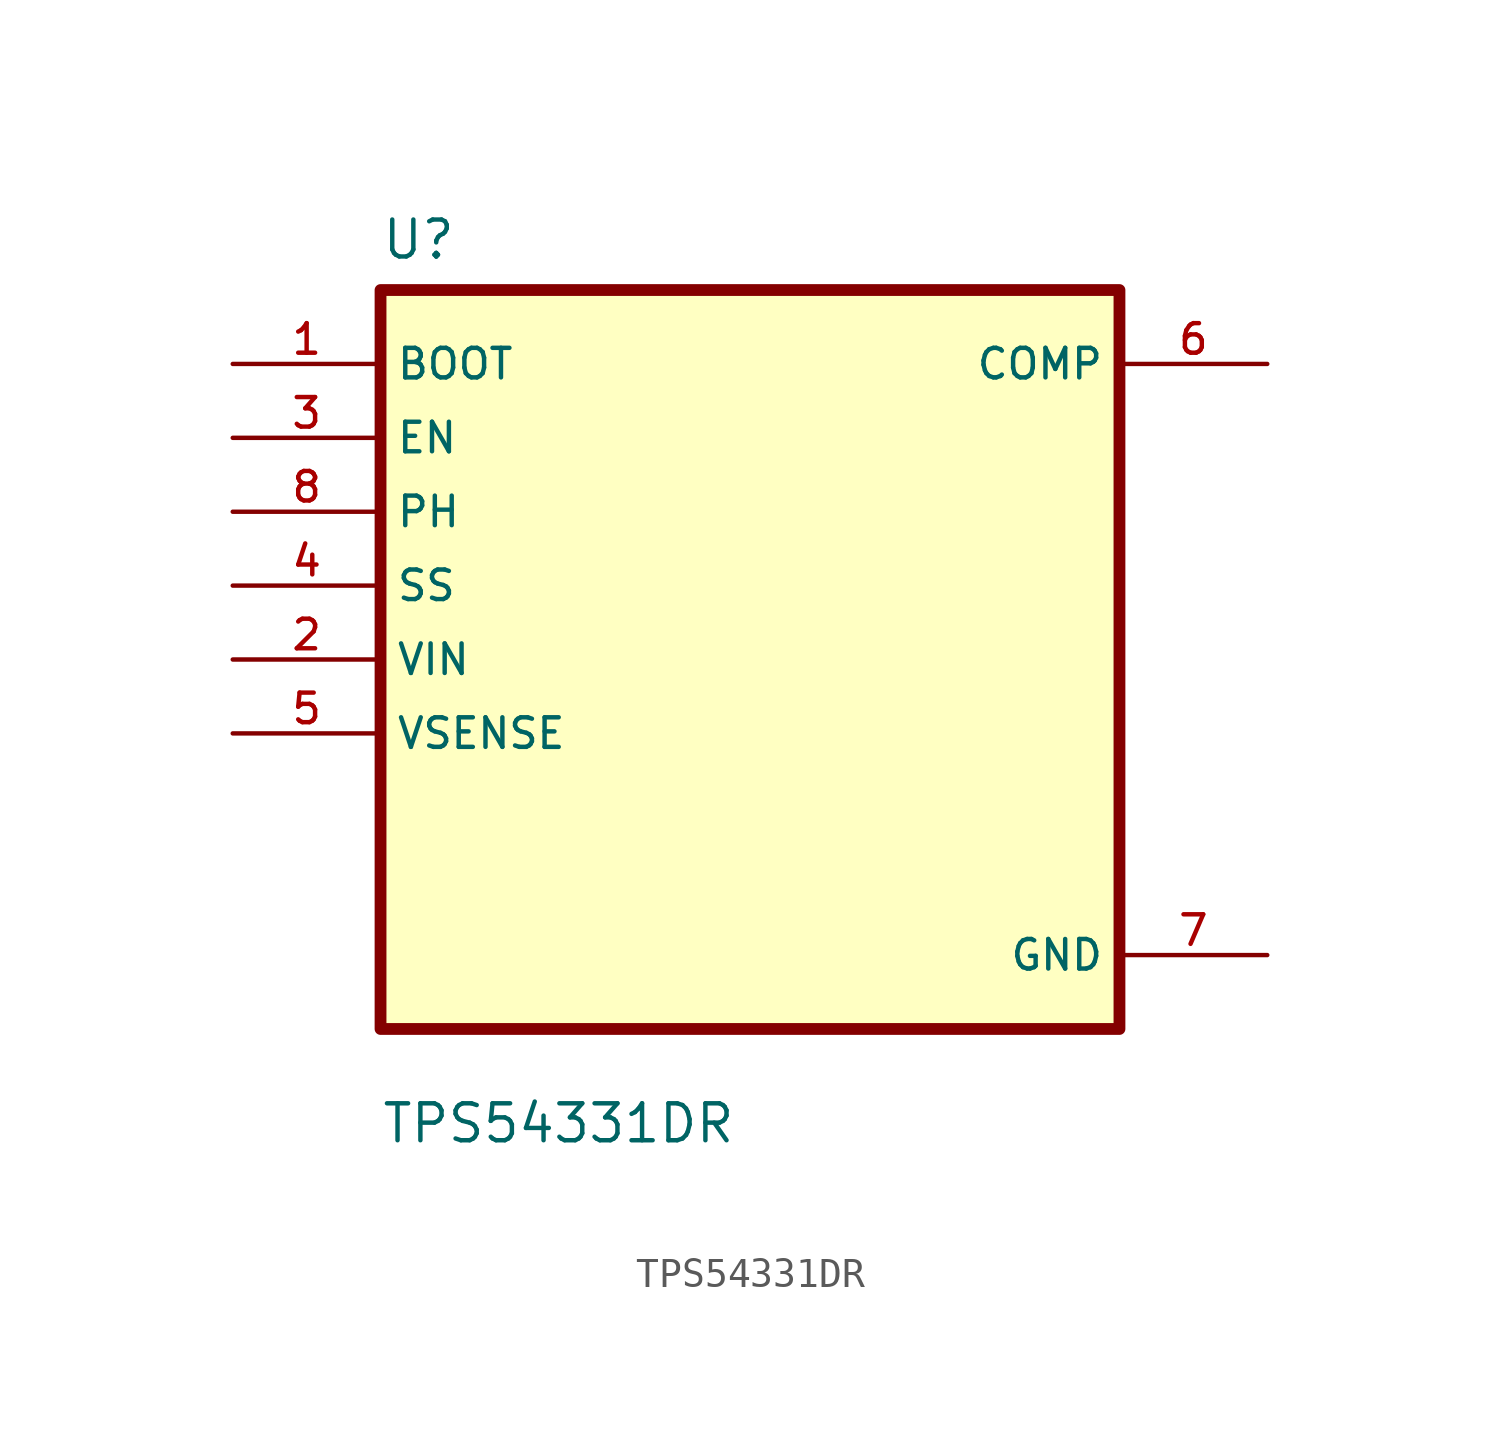
<source format=kicad_sym>
(kicad_symbol_lib
  (version 20231120)
  (symbol "TPS54331DR"
    (property "Reference" "U"
      (at -12.7 13.691 0)
      (effects (font (size 1.27 1.27)) (justify left bottom)))
    (property "Value" "TPS54331DR"
      (at -12.7 -16.688 0)
      (effects (font (size 1.27 1.27)) (justify left bottom)))
    (property "ki_locked" ""
      (at 0 0 0)
      (effects (font (size 1.27 1.27))))
    (symbol "TPS54331DR_0_0"
      (rectangle (start -12.7 -12.7) (end 12.7 12.7) (stroke (width 0.406) (type solid)) (fill (type background)))
      (pin input line (at -17.78 10.16 0) (length 5.08) (name "BOOT" (effects (font (size 1.016 1.016)))) (number "1" (effects (font (size 1.016 1.016)))))
      (pin input line (at -17.78 0 0) (length 5.08) (name "VIN" (effects (font (size 1.016 1.016)))) (number "2" (effects (font (size 1.016 1.016)))))
      (pin input line (at -17.78 7.62 0) (length 5.08) (name "EN" (effects (font (size 1.016 1.016)))) (number "3" (effects (font (size 1.016 1.016)))))
      (pin input line (at -17.78 2.54 0) (length 5.08) (name "SS" (effects (font (size 1.016 1.016)))) (number "4" (effects (font (size 1.016 1.016)))))
      (pin input line (at -17.78 -2.54 0) (length 5.08) (name "VSENSE" (effects (font (size 1.016 1.016)))) (number "5" (effects (font (size 1.016 1.016)))))
      (pin output line (at 17.78 10.16 180) (length 5.08) (name "COMP" (effects (font (size 1.016 1.016)))) (number "6" (effects (font (size 1.016 1.016)))))
      (pin power_in line (at 17.78 -10.16 180) (length 5.08) (name "GND" (effects (font (size 1.016 1.016)))) (number "7" (effects (font (size 1.016 1.016)))))
      (pin input line (at -17.78 5.08 0) (length 5.08) (name "PH" (effects (font (size 1.016 1.016)))) (number "8" (effects (font (size 1.016 1.016))))))))
</source>
